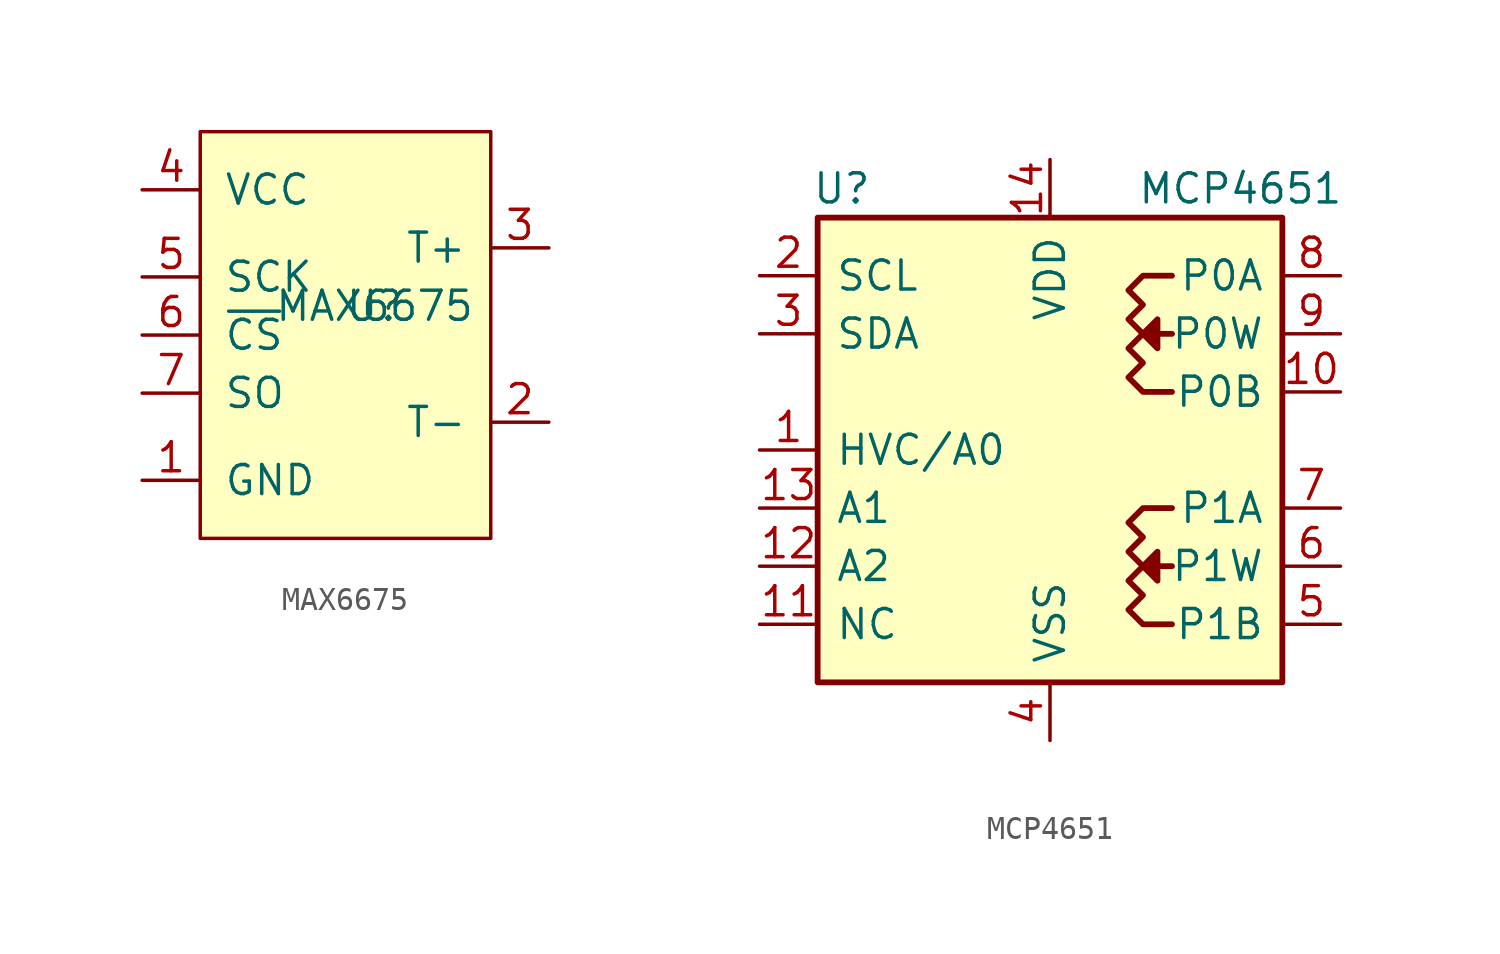
<source format=kicad_sym>
(kicad_symbol_lib
  (version 20211014)
  (generator kicad_symbol_editor)
  (symbol "MAX6675"
    (pin_names
      (offset 1.016))
    (property "Reference" "U"
      (at 1.27 1.27 0)
      (effects (font (size 1.27 1.27))))
    (property "Value" "MAX6675"
      (at 1.27 1.27 0)
      (effects (font (size 1.27 1.27))))
    (symbol "MAX6675_0_1"
      (rectangle (start -6.35 8.89) (end 6.35 -8.89) (stroke (width 0) (type default) (color 0 0 0 0)) (fill (type background))))
    (symbol "MAX6675_1_1"
      (pin passive line (at -8.89 -6.35 0) (length 2.54) (name "GND" (effects (font (size 1.27 1.27)))) (number "1" (effects (font (size 1.27 1.27)))))
      (pin passive line (at 8.89 -3.81 180) (length 2.54) (name "T-" (effects (font (size 1.27 1.27)))) (number "2" (effects (font (size 1.27 1.27)))))
      (pin passive line (at 8.89 3.81 180) (length 2.54) (name "T+" (effects (font (size 1.27 1.27)))) (number "3" (effects (font (size 1.27 1.27)))))
      (pin passive line (at -8.89 6.35 0) (length 2.54) (name "VCC" (effects (font (size 1.27 1.27)))) (number "4" (effects (font (size 1.27 1.27)))))
      (pin passive line (at -8.89 2.54 0) (length 2.54) (name "SCK" (effects (font (size 1.27 1.27)))) (number "5" (effects (font (size 1.27 1.27)))))
      (pin passive line (at -8.89 0 0) (length 2.54) (name "~{CS}" (effects (font (size 1.27 1.27)))) (number "6" (effects (font (size 1.27 1.27)))))
      (pin passive line (at -8.89 -2.54 0) (length 2.54) (name "SO" (effects (font (size 1.27 1.27)))) (number "7" (effects (font (size 1.27 1.27)))))
      (pin no_connect line (at 8.89 -6.35 180) (length 2.54) hide (name "NC" (effects (font (size 1.27 1.27)))) (number "8" (effects (font (size 1.27 1.27)))))))
  (symbol "MCP4651"
    (pin_names
      (offset 0.762))
    (property "Reference" "U"
      (at -10.414 11.43 0)
      (effects (font (size 1.27 1.27)) (justify left)))
    (property "Value" "MCP4651"
      (at 3.81 11.43 0)
      (effects (font (size 1.27 1.27)) (justify left)))
    (symbol "MCP4651_0_1"
      (rectangle (start -10.16 10.16) (end 10.16 -10.16) (stroke (width 0.254) (type default) (color 0 0 0 0)) (fill (type background)))
      (polyline (pts (xy 5.334 -5.08) (xy 4.064 -5.08) (xy 4.699 -4.445) (xy 4.699 -5.715) (xy 4.064 -5.08)) (stroke (width 0.254) (type default) (color 0 0 0 0)) (fill (type outline)))
      (polyline (pts (xy 5.334 5.08) (xy 4.064 5.08) (xy 4.699 5.715) (xy 4.699 5.08) (xy 4.699 4.445) (xy 4.064 5.08)) (stroke (width 0.254) (type default) (color 0 0 0 0)) (fill (type outline)))
      (polyline (pts (xy 5.334 -2.54) (xy 4.064 -2.54) (xy 3.429 -3.175) (xy 4.064 -3.81) (xy 3.429 -4.445) (xy 4.064 -5.08) (xy 3.429 -5.715) (xy 4.064 -6.35) (xy 3.429 -6.985) (xy 4.064 -7.62) (xy 5.334 -7.62)) (stroke (width 0.254) (type default) (color 0 0 0 0)) (fill (type none)))
      (polyline (pts (xy 5.334 7.62) (xy 4.064 7.62) (xy 3.429 6.985) (xy 4.064 6.35) (xy 3.429 5.715) (xy 4.064 5.08) (xy 3.429 4.445) (xy 4.064 3.81) (xy 3.429 3.175) (xy 4.064 2.54) (xy 5.334 2.54)) (stroke (width 0.254) (type default) (color 0 0 0 0)) (fill (type none))))
    (symbol "MCP4651_1_1"
      (pin input line (at -12.7 0 0) (length 2.54) (name "HVC/A0" (effects (font (size 1.27 1.27)))) (number "1" (effects (font (size 1.27 1.27)))))
      (pin passive line (at 12.7 2.54 180) (length 2.54) (name "P0B" (effects (font (size 1.27 1.27)))) (number "10" (effects (font (size 1.27 1.27)))))
      (pin passive line (at -12.7 -7.62 0) (length 2.54) (name "NC" (effects (font (size 1.27 1.27)))) (number "11" (effects (font (size 1.27 1.27)))))
      (pin input line (at -12.7 -5.08 0) (length 2.54) (name "A2" (effects (font (size 1.27 1.27)))) (number "12" (effects (font (size 1.27 1.27)))))
      (pin input line (at -12.7 -2.54 0) (length 2.54) (name "A1" (effects (font (size 1.27 1.27)))) (number "13" (effects (font (size 1.27 1.27)))))
      (pin power_in line (at 0 12.7 270) (length 2.54) (name "VDD" (effects (font (size 1.27 1.27)))) (number "14" (effects (font (size 1.27 1.27)))))
      (pin input line (at -12.7 7.62 0) (length 2.54) (name "SCL" (effects (font (size 1.27 1.27)))) (number "2" (effects (font (size 1.27 1.27)))))
      (pin bidirectional line (at -12.7 5.08 0) (length 2.54) (name "SDA" (effects (font (size 1.27 1.27)))) (number "3" (effects (font (size 1.27 1.27)))))
      (pin power_in line (at 0 -12.7 90) (length 2.54) (name "VSS" (effects (font (size 1.27 1.27)))) (number "4" (effects (font (size 1.27 1.27)))))
      (pin passive line (at 12.7 -7.62 180) (length 2.54) (name "P1B" (effects (font (size 1.27 1.27)))) (number "5" (effects (font (size 1.27 1.27)))))
      (pin passive line (at 12.7 -5.08 180) (length 2.54) (name "P1W" (effects (font (size 1.27 1.27)))) (number "6" (effects (font (size 1.27 1.27)))))
      (pin passive line (at 12.7 -2.54 180) (length 2.54) (name "P1A" (effects (font (size 1.27 1.27)))) (number "7" (effects (font (size 1.27 1.27)))))
      (pin passive line (at 12.7 7.62 180) (length 2.54) (name "P0A" (effects (font (size 1.27 1.27)))) (number "8" (effects (font (size 1.27 1.27)))))
      (pin passive line (at 12.7 5.08 180) (length 2.54) (name "P0W" (effects (font (size 1.27 1.27)))) (number "9" (effects (font (size 1.27 1.27))))))))
</source>
